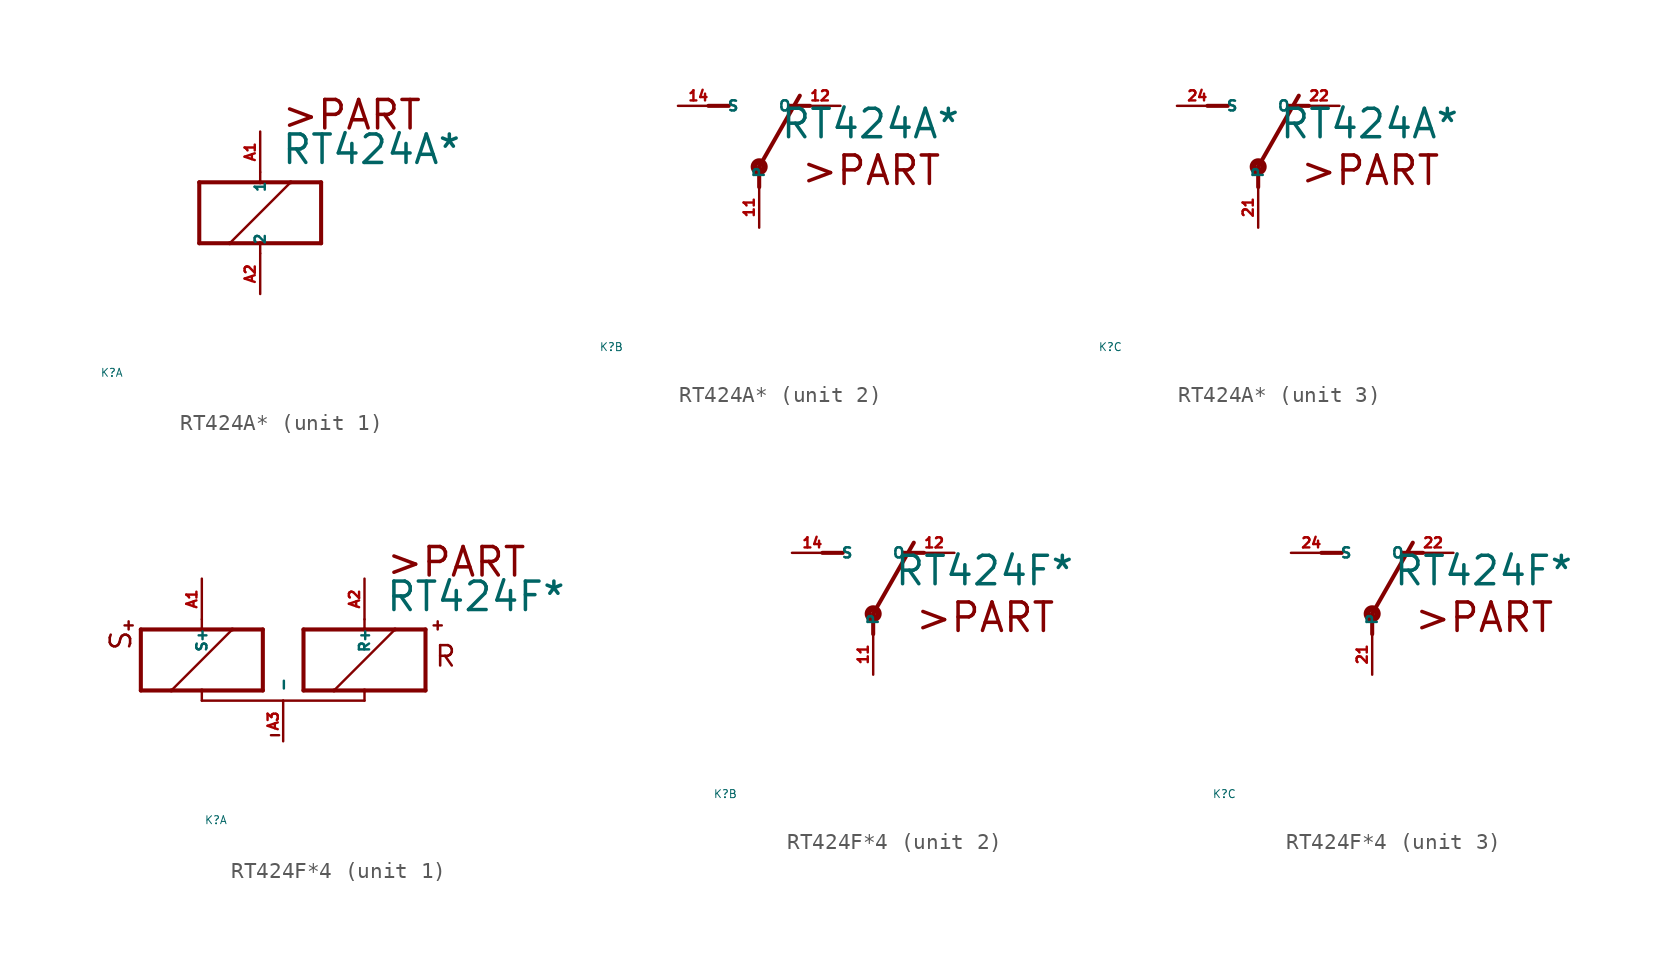
<source format=kicad_sym>
(kicad_symbol_lib
  (version 20220914)
  (generator Eagle2Kicad)
  (symbol "RT424A*"
    (property "Reference" "K"
      (at -10 -10 0)
      (effects (font (size 0.5 0.5) (thickness 0.06)) (justify left)))
    (property "Value" "RT424A*"
      (at 1.27 2.921 0)
      (effects (font (size 1.778 1.778) (thickness 0.22)) (justify left bottom)))
    (symbol "RT424A*_1_0"
      (polyline (pts (xy -3.81 -1.905) (xy -1.905 -1.905)) (stroke (width 0.254) (type default)) (fill (type none)))
      (polyline (pts (xy 3.81 -1.905) (xy 3.81 1.905)) (stroke (width 0.254) (type default)) (fill (type none)))
      (polyline (pts (xy 3.81 1.905) (xy 1.905 1.905)) (stroke (width 0.254) (type default)) (fill (type none)))
      (polyline (pts (xy -3.81 1.905) (xy -3.81 -1.905)) (stroke (width 0.254) (type default)) (fill (type none)))
      (polyline (pts (xy 0 -2.54) (xy 0 -1.905)) (stroke (width 0.152) (type default)) (fill (type none)))
      (polyline (pts (xy 0 -1.905) (xy 3.81 -1.905)) (stroke (width 0.254) (type default)) (fill (type none)))
      (polyline (pts (xy 0 2.54) (xy 0 1.905)) (stroke (width 0.152) (type default)) (fill (type none)))
      (polyline (pts (xy 0 1.905) (xy -3.81 1.905)) (stroke (width 0.254) (type default)) (fill (type none)))
      (polyline (pts (xy -1.905 -1.905) (xy 1.905 1.905)) (stroke (width 0.152) (type default)) (fill (type none)))
      (polyline (pts (xy -1.905 -1.905) (xy 0 -1.905)) (stroke (width 0.254) (type default)) (fill (type none)))
      (polyline (pts (xy 1.905 1.905) (xy 0 1.905)) (stroke (width 0.254) (type default)) (fill (type none)))
      (text ">PART" (at 1.27 5.08 0) (effects (font (size 1.778 1.778) (thickness 0.22)) (justify left bottom)))
      (pin passive line (at 0 -5.08 90) (length 2.54) (name "2" (effects (font (size 0.635 0.635) (thickness 0.08)) (justify left bottom))) (number "A2" (effects (font (size 0.635 0.635) (thickness 0.08)) (justify left bottom))))
      (pin passive line (at 0 5.08 270) (length 2.54) (name "1" (effects (font (size 0.635 0.635) (thickness 0.08)) (justify left bottom))) (number "A1" (effects (font (size 0.635 0.635) (thickness 0.08)) (justify left bottom)))))
    (symbol "RT424A*_2_0"
      (polyline (pts (xy 3.175 5.08) (xy 1.905 5.08)) (stroke (width 0.254) (type default)) (fill (type none)))
      (polyline (pts (xy -3.175 5.08) (xy -1.905 5.08)) (stroke (width 0.254) (type default)) (fill (type none)))
      (polyline (pts (xy 0 1.27) (xy 2.54 5.715)) (stroke (width 0.254) (type default)) (fill (type none)))
      (polyline (pts (xy 0 1.27) (xy 0 0)) (stroke (width 0.254) (type default)) (fill (type none)))
      (text ">PART" (at 2.54 0 0) (effects (font (size 1.778 1.778) (thickness 0.22)) (justify left bottom)))
      (circle (center 0 1.27) (radius 0.127) (stroke (width 0.406) (type default)) (fill (type none)))
      (pin passive line (at 5.08 5.08 180) (length 2.54) (name "O" (effects (font (size 0.635 0.635) (thickness 0.08)) (justify left bottom))) (number "12" (effects (font (size 0.635 0.635) (thickness 0.08)) (justify left bottom))))
      (pin passive line (at -5.08 5.08 0) (length 2.54) (name "S" (effects (font (size 0.635 0.635) (thickness 0.08)) (justify left bottom))) (number "14" (effects (font (size 0.635 0.635) (thickness 0.08)) (justify left bottom))))
      (pin passive line (at 0 -2.54 90) (length 2.54) (name "P" (effects (font (size 0.635 0.635) (thickness 0.08)) (justify left bottom))) (number "11" (effects (font (size 0.635 0.635) (thickness 0.08)) (justify left bottom)))))
    (symbol "RT424A*_3_0"
      (polyline (pts (xy 3.175 5.08) (xy 1.905 5.08)) (stroke (width 0.254) (type default)) (fill (type none)))
      (polyline (pts (xy -3.175 5.08) (xy -1.905 5.08)) (stroke (width 0.254) (type default)) (fill (type none)))
      (polyline (pts (xy 0 1.27) (xy 2.54 5.715)) (stroke (width 0.254) (type default)) (fill (type none)))
      (polyline (pts (xy 0 1.27) (xy 0 0)) (stroke (width 0.254) (type default)) (fill (type none)))
      (text ">PART" (at 2.54 0 0) (effects (font (size 1.778 1.778) (thickness 0.22)) (justify left bottom)))
      (circle (center 0 1.27) (radius 0.127) (stroke (width 0.406) (type default)) (fill (type none)))
      (pin passive line (at 5.08 5.08 180) (length 2.54) (name "O" (effects (font (size 0.635 0.635) (thickness 0.08)) (justify left bottom))) (number "22" (effects (font (size 0.635 0.635) (thickness 0.08)) (justify left bottom))))
      (pin passive line (at -5.08 5.08 0) (length 2.54) (name "S" (effects (font (size 0.635 0.635) (thickness 0.08)) (justify left bottom))) (number "24" (effects (font (size 0.635 0.635) (thickness 0.08)) (justify left bottom))))
      (pin passive line (at 0 -2.54 90) (length 2.54) (name "P" (effects (font (size 0.635 0.635) (thickness 0.08)) (justify left bottom))) (number "21" (effects (font (size 0.635 0.635) (thickness 0.08)) (justify left bottom))))))
  (symbol "RT424F*4"
    (property "Reference" "K"
      (at -10 -10 0)
      (effects (font (size 0.5 0.5) (thickness 0.06)) (justify left)))
    (property "Value" "RT424F*"
      (at 1.27 2.921 0)
      (effects (font (size 1.778 1.778) (thickness 0.22)) (justify left bottom)))
    (symbol "RT424F*4_1_0"
      (polyline (pts (xy -3.81 -1.905) (xy -1.905 -1.905)) (stroke (width 0.254) (type default)) (fill (type none)))
      (polyline (pts (xy 3.81 -1.905) (xy 3.81 1.905)) (stroke (width 0.254) (type default)) (fill (type none)))
      (polyline (pts (xy 3.81 1.905) (xy 1.905 1.905)) (stroke (width 0.254) (type default)) (fill (type none)))
      (polyline (pts (xy -3.81 1.905) (xy -3.81 -1.905)) (stroke (width 0.254) (type default)) (fill (type none)))
      (polyline (pts (xy -5.08 -2.54) (xy 0 -2.54)) (stroke (width 0.152) (type default)) (fill (type none)))
      (polyline (pts (xy 0 -2.54) (xy 0 -1.905)) (stroke (width 0.152) (type default)) (fill (type none)))
      (polyline (pts (xy 0 -1.905) (xy 3.81 -1.905)) (stroke (width 0.254) (type default)) (fill (type none)))
      (polyline (pts (xy 0 2.54) (xy 0 1.905)) (stroke (width 0.152) (type default)) (fill (type none)))
      (polyline (pts (xy 0 1.905) (xy -3.81 1.905)) (stroke (width 0.254) (type default)) (fill (type none)))
      (polyline (pts (xy -1.905 -1.905) (xy 1.905 1.905)) (stroke (width 0.152) (type default)) (fill (type none)))
      (polyline (pts (xy -1.905 -1.905) (xy 0 -1.905)) (stroke (width 0.254) (type default)) (fill (type none)))
      (polyline (pts (xy 1.905 1.905) (xy 0 1.905)) (stroke (width 0.254) (type default)) (fill (type none)))
      (polyline (pts (xy -14.478 2.159) (xy -14.986 2.159)) (stroke (width 0.152) (type default)) (fill (type none)))
      (polyline (pts (xy -14.732 2.413) (xy -14.732 1.905)) (stroke (width 0.152) (type default)) (fill (type none)))
      (polyline (pts (xy -5.842 -4.699) (xy -5.334 -4.699)) (stroke (width 0.152) (type default)) (fill (type none)))
      (polyline (pts (xy -6.35 1.905) (xy -8.255 1.905)) (stroke (width 0.254) (type default)) (fill (type none)))
      (polyline (pts (xy -13.97 1.905) (xy -13.97 -1.905)) (stroke (width 0.254) (type default)) (fill (type none)))
      (polyline (pts (xy -13.97 -1.905) (xy -12.065 -1.905)) (stroke (width 0.254) (type default)) (fill (type none)))
      (polyline (pts (xy -6.35 -1.905) (xy -6.35 1.905)) (stroke (width 0.254) (type default)) (fill (type none)))
      (polyline (pts (xy -10.16 2.54) (xy -10.16 1.905)) (stroke (width 0.152) (type default)) (fill (type none)))
      (polyline (pts (xy -10.16 1.905) (xy -13.97 1.905)) (stroke (width 0.254) (type default)) (fill (type none)))
      (polyline (pts (xy -5.08 -2.54) (xy -10.16 -2.54)) (stroke (width 0.152) (type default)) (fill (type none)))
      (polyline (pts (xy -10.16 -2.54) (xy -10.16 -1.905)) (stroke (width 0.152) (type default)) (fill (type none)))
      (polyline (pts (xy -10.16 -1.905) (xy -6.35 -1.905)) (stroke (width 0.254) (type default)) (fill (type none)))
      (polyline (pts (xy -8.255 1.905) (xy -12.065 -1.905)) (stroke (width 0.152) (type default)) (fill (type none)))
      (polyline (pts (xy -8.255 1.905) (xy -10.16 1.905)) (stroke (width 0.254) (type default)) (fill (type none)))
      (polyline (pts (xy -12.065 -1.905) (xy -10.16 -1.905)) (stroke (width 0.254) (type default)) (fill (type none)))
      (polyline (pts (xy 4.318 2.159) (xy 4.826 2.159)) (stroke (width 0.152) (type default)) (fill (type none)))
      (polyline (pts (xy 4.572 2.413) (xy 4.572 1.905)) (stroke (width 0.152) (type default)) (fill (type none)))
      (text ">PART" (at 1.27 5.08 0) (effects (font (size 1.778 1.778) (thickness 0.22)) (justify left bottom)))
      (text "R" (at 4.318 -0.508 0) (effects (font (size 1.27 1.27) (thickness 0.16)) (justify left bottom)))
      (text "S" (at -14.478 0.508 1800) (effects (font (size 1.27 1.27) (thickness 0.16)) (justify left bottom)))
      (pin passive line (at -5.08 -5.08 90) (length 2.54) (name "-" (effects (font (size 0.635 0.635) (thickness 0.08)) (justify left bottom))) (number "A3" (effects (font (size 0.635 0.635) (thickness 0.08)) (justify left bottom))))
      (pin passive line (at 0 5.08 270) (length 2.54) (name "R+" (effects (font (size 0.635 0.635) (thickness 0.08)) (justify left bottom))) (number "A2" (effects (font (size 0.635 0.635) (thickness 0.08)) (justify left bottom))))
      (pin passive line (at -10.16 5.08 270) (length 2.54) (name "S+" (effects (font (size 0.635 0.635) (thickness 0.08)) (justify left bottom))) (number "A1" (effects (font (size 0.635 0.635) (thickness 0.08)) (justify left bottom)))))
    (symbol "RT424F*4_2_0"
      (polyline (pts (xy 3.175 5.08) (xy 1.905 5.08)) (stroke (width 0.254) (type default)) (fill (type none)))
      (polyline (pts (xy -3.175 5.08) (xy -1.905 5.08)) (stroke (width 0.254) (type default)) (fill (type none)))
      (polyline (pts (xy 0 1.27) (xy 2.54 5.715)) (stroke (width 0.254) (type default)) (fill (type none)))
      (polyline (pts (xy 0 1.27) (xy 0 0)) (stroke (width 0.254) (type default)) (fill (type none)))
      (text ">PART" (at 2.54 0 0) (effects (font (size 1.778 1.778) (thickness 0.22)) (justify left bottom)))
      (circle (center 0 1.27) (radius 0.127) (stroke (width 0.406) (type default)) (fill (type none)))
      (pin passive line (at 5.08 5.08 180) (length 2.54) (name "O" (effects (font (size 0.635 0.635) (thickness 0.08)) (justify left bottom))) (number "12" (effects (font (size 0.635 0.635) (thickness 0.08)) (justify left bottom))))
      (pin passive line (at -5.08 5.08 0) (length 2.54) (name "S" (effects (font (size 0.635 0.635) (thickness 0.08)) (justify left bottom))) (number "14" (effects (font (size 0.635 0.635) (thickness 0.08)) (justify left bottom))))
      (pin passive line (at 0 -2.54 90) (length 2.54) (name "P" (effects (font (size 0.635 0.635) (thickness 0.08)) (justify left bottom))) (number "11" (effects (font (size 0.635 0.635) (thickness 0.08)) (justify left bottom)))))
    (symbol "RT424F*4_3_0"
      (polyline (pts (xy 3.175 5.08) (xy 1.905 5.08)) (stroke (width 0.254) (type default)) (fill (type none)))
      (polyline (pts (xy -3.175 5.08) (xy -1.905 5.08)) (stroke (width 0.254) (type default)) (fill (type none)))
      (polyline (pts (xy 0 1.27) (xy 2.54 5.715)) (stroke (width 0.254) (type default)) (fill (type none)))
      (polyline (pts (xy 0 1.27) (xy 0 0)) (stroke (width 0.254) (type default)) (fill (type none)))
      (text ">PART" (at 2.54 0 0) (effects (font (size 1.778 1.778) (thickness 0.22)) (justify left bottom)))
      (circle (center 0 1.27) (radius 0.127) (stroke (width 0.406) (type default)) (fill (type none)))
      (pin passive line (at 5.08 5.08 180) (length 2.54) (name "O" (effects (font (size 0.635 0.635) (thickness 0.08)) (justify left bottom))) (number "22" (effects (font (size 0.635 0.635) (thickness 0.08)) (justify left bottom))))
      (pin passive line (at -5.08 5.08 0) (length 2.54) (name "S" (effects (font (size 0.635 0.635) (thickness 0.08)) (justify left bottom))) (number "24" (effects (font (size 0.635 0.635) (thickness 0.08)) (justify left bottom))))
      (pin passive line (at 0 -2.54 90) (length 2.54) (name "P" (effects (font (size 0.635 0.635) (thickness 0.08)) (justify left bottom))) (number "21" (effects (font (size 0.635 0.635) (thickness 0.08)) (justify left bottom)))))))
</source>
